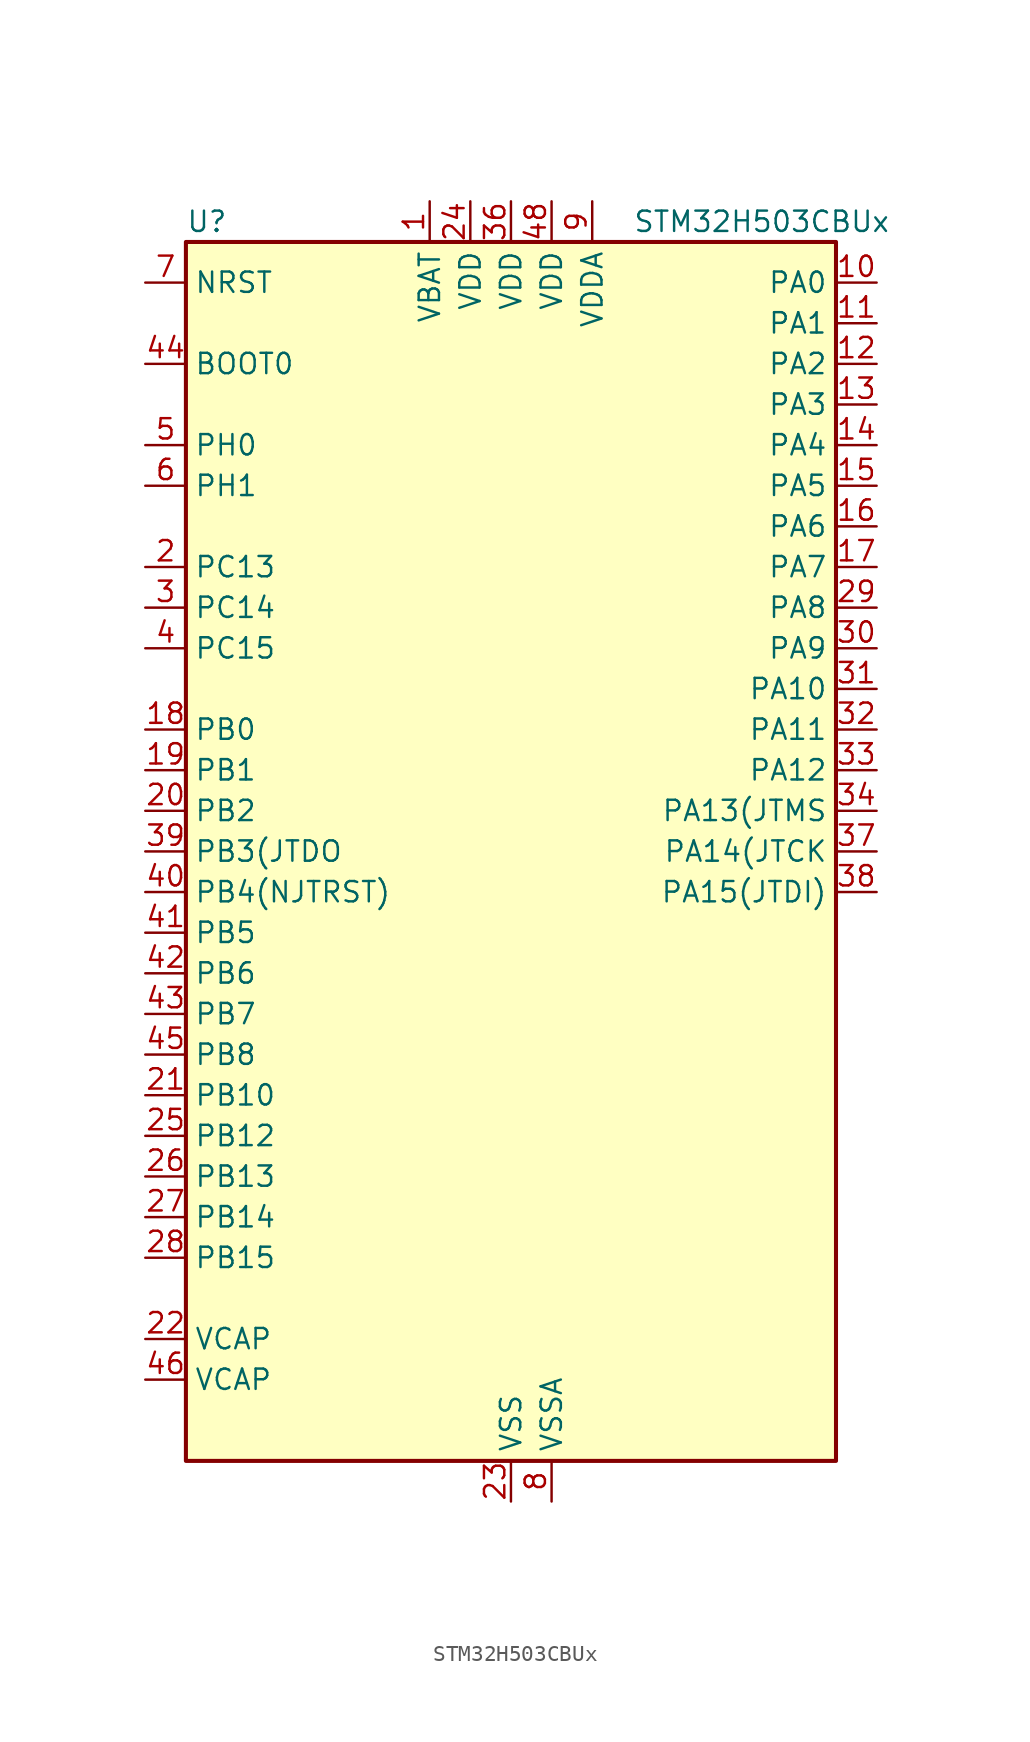
<source format=kicad_sym>
(kicad_symbol_lib
  (version 20231120)
  (generator "kicad-library-utils")
  (generator_version "8.0")
  (symbol "STM32H503CBUx"
    (property "Reference" "U"
      (at -20.32 39.37 0)
      (effects (font (size 1.27 1.27)) (justify left)))
    (property "Value" "STM32H503CBUx"
      (at 7.62 39.37 0)
      (effects (font (size 1.27 1.27)) (justify left)))
    (symbol "STM32H503CBUx_0_1"
      (rectangle (start -20.32 -38.1) (end 20.32 38.1) (stroke (width 0.254) (type default)) (fill (type background))))
    (symbol "STM32H503CBUx_1_1"
      (pin power_in line (at -5.08 40.64 270) (length 2.54) (name "VBAT" (effects (font (size 1.27 1.27)))) (number "1" (effects (font (size 1.27 1.27)))))
      (pin bidirectional line (at 22.86 35.56 180) (length 2.54) (name "PA0" (effects (font (size 1.27 1.27)))) (number "10" (effects (font (size 1.27 1.27)))) (alternate "ADC1_INN1" bidirectional line) (alternate "ADC1_INP0" bidirectional line) (alternate "COMP1_INP" bidirectional line) (alternate "I2S1_SDI" bidirectional line) (alternate "I2S2_MCK" bidirectional line) (alternate "I2S3_WS" bidirectional line) (alternate "LPTIM1_ETR" bidirectional line) (alternate "LPTIM1_IN2" bidirectional line) (alternate "LPTIM2_ETR" bidirectional line) (alternate "OPAMP1_VINP" bidirectional line) (alternate "PWR_WKUP1" bidirectional line) (alternate "RTC_OUT2" bidirectional line) (alternate "SPI1_MISO" bidirectional line) (alternate "SPI3_NSS" bidirectional line) (alternate "SPI3_RDY" bidirectional line) (alternate "TAMP_IN2" bidirectional line) (alternate "TAMP_OUT1" bidirectional line) (alternate "TIM2_CH1" bidirectional line) (alternate "TIM2_ETR" bidirectional line) (alternate "TIM3_CH1" bidirectional line) (alternate "USART1_CTS" bidirectional line) (alternate "USART1_NSS" bidirectional line) (alternate "USART2_CTS" bidirectional line) (alternate "USART2_NSS" bidirectional line) (alternate "USART3_CK" bidirectional line) (alternate "USART3_CTS" bidirectional line) (alternate "USART3_NSS" bidirectional line))
      (pin bidirectional line (at 22.86 33.02 180) (length 2.54) (name "PA1" (effects (font (size 1.27 1.27)))) (number "11" (effects (font (size 1.27 1.27)))) (alternate "ADC1_INP1" bidirectional line) (alternate "I2S1_WS" bidirectional line) (alternate "I2S3_CK" bidirectional line) (alternate "LPTIM1_IN1" bidirectional line) (alternate "SPI1_NSS" bidirectional line) (alternate "SPI2_RDY" bidirectional line) (alternate "SPI3_SCK" bidirectional line) (alternate "TIM1_CH3" bidirectional line) (alternate "TIM2_CH2" bidirectional line) (alternate "USART1_RX" bidirectional line) (alternate "USART2_CK" bidirectional line) (alternate "USART2_RTS" bidirectional line))
      (pin bidirectional line (at 22.86 30.48 180) (length 2.54) (name "PA2" (effects (font (size 1.27 1.27)))) (number "12" (effects (font (size 1.27 1.27)))) (alternate "ADC1_INP14" bidirectional line) (alternate "I2S1_CK" bidirectional line) (alternate "I2S3_SDI" bidirectional line) (alternate "LPTIM1_IN2" bidirectional line) (alternate "LPUART1_RX" bidirectional line) (alternate "PWR_WKUP2" bidirectional line) (alternate "SPI1_SCK" bidirectional line) (alternate "SPI3_MISO" bidirectional line) (alternate "TIM1_CH4" bidirectional line) (alternate "TIM2_CH3" bidirectional line) (alternate "TIM3_ETR" bidirectional line) (alternate "USART1_TX" bidirectional line) (alternate "USART2_TX" bidirectional line))
      (pin bidirectional line (at 22.86 27.94 180) (length 2.54) (name "PA3" (effects (font (size 1.27 1.27)))) (number "13" (effects (font (size 1.27 1.27)))) (alternate "ADC1_INP15" bidirectional line) (alternate "I2S1_SDI" bidirectional line) (alternate "I2S2_WS" bidirectional line) (alternate "I2S3_SDO" bidirectional line) (alternate "LPUART1_TX" bidirectional line) (alternate "SPI1_MISO" bidirectional line) (alternate "SPI2_NSS" bidirectional line) (alternate "SPI3_MOSI" bidirectional line) (alternate "TIM1_CH1N" bidirectional line) (alternate "TIM2_CH4" bidirectional line) (alternate "USART1_CK" bidirectional line) (alternate "USART2_RX" bidirectional line) (alternate "USART3_RX" bidirectional line))
      (pin bidirectional line (at 22.86 25.4 180) (length 2.54) (name "PA4" (effects (font (size 1.27 1.27)))) (number "14" (effects (font (size 1.27 1.27)))) (alternate "ADC1_INP18" bidirectional line) (alternate "DAC1_OUT1" bidirectional line) (alternate "I2S1_SDO" bidirectional line) (alternate "I2S1_WS" bidirectional line) (alternate "I2S3_SDI" bidirectional line) (alternate "I2S3_WS" bidirectional line) (alternate "LPTIM2_CH1" bidirectional line) (alternate "SPI1_MOSI" bidirectional line) (alternate "SPI1_NSS" bidirectional line) (alternate "SPI3_MISO" bidirectional line) (alternate "SPI3_NSS" bidirectional line) (alternate "TIM1_BKIN" bidirectional line) (alternate "TIM1_CH2N" bidirectional line) (alternate "USART1_RTS" bidirectional line) (alternate "USART2_CK" bidirectional line) (alternate "USART3_TX" bidirectional line))
      (pin bidirectional line (at 22.86 22.86 180) (length 2.54) (name "PA5" (effects (font (size 1.27 1.27)))) (number "15" (effects (font (size 1.27 1.27)))) (alternate "ADC1_INN18" bidirectional line) (alternate "ADC1_INP19" bidirectional line) (alternate "COMP1_INM" bidirectional line) (alternate "DAC1_OUT2" bidirectional line) (alternate "I2S1_CK" bidirectional line) (alternate "I2S1_MCK" bidirectional line) (alternate "I2S2_CK" bidirectional line) (alternate "I2S3_SDO" bidirectional line) (alternate "LPTIM1_CH1" bidirectional line) (alternate "LPTIM1_ETR" bidirectional line) (alternate "LPTIM2_CH2" bidirectional line) (alternate "LPUART1_RTS" bidirectional line) (alternate "PWR_CSTOP" bidirectional line) (alternate "SPI1_SCK" bidirectional line) (alternate "SPI2_SCK" bidirectional line) (alternate "SPI3_MOSI" bidirectional line) (alternate "TIM2_CH1" bidirectional line) (alternate "TIM2_ETR" bidirectional line) (alternate "USART2_CTS" bidirectional line) (alternate "USART2_NSS" bidirectional line) (alternate "USART2_TX" bidirectional line) (alternate "USART3_RX" bidirectional line))
      (pin bidirectional line (at 22.86 20.32 180) (length 2.54) (name "PA6" (effects (font (size 1.27 1.27)))) (number "16" (effects (font (size 1.27 1.27)))) (alternate "ADC1_INP3" bidirectional line) (alternate "I2S1_SDI" bidirectional line) (alternate "SPI1_MISO" bidirectional line) (alternate "TIM1_BKIN" bidirectional line) (alternate "TIM3_CH1" bidirectional line))
      (pin bidirectional line (at 22.86 17.78 180) (length 2.54) (name "PA7" (effects (font (size 1.27 1.27)))) (number "17" (effects (font (size 1.27 1.27)))) (alternate "ADC1_INN3" bidirectional line) (alternate "ADC1_INP7" bidirectional line) (alternate "AUDIOCLK" bidirectional line) (alternate "I2S1_MCK" bidirectional line) (alternate "I2S1_SDO" bidirectional line) (alternate "I2S2_MCK" bidirectional line) (alternate "I2S2_SDI" bidirectional line) (alternate "I2S3_MCK" bidirectional line) (alternate "LPTIM2_ETR" bidirectional line) (alternate "OPAMP1_VOUT" bidirectional line) (alternate "PWR_CSLEEP" bidirectional line) (alternate "SPI1_MOSI" bidirectional line) (alternate "SPI2_MISO" bidirectional line) (alternate "TIM1_CH1N" bidirectional line) (alternate "TIM2_CH3" bidirectional line) (alternate "TIM3_CH2" bidirectional line) (alternate "USART1_RTS" bidirectional line) (alternate "USART3_CK" bidirectional line) (alternate "USART3_RTS" bidirectional line))
      (pin bidirectional line (at -22.86 7.62 0) (length 2.54) (name "PB0" (effects (font (size 1.27 1.27)))) (number "18" (effects (font (size 1.27 1.27)))) (alternate "ADC1_INN5" bidirectional line) (alternate "ADC1_INP9" bidirectional line) (alternate "COMP1_INP" bidirectional line) (alternate "LPTIM1_IN1" bidirectional line) (alternate "OPAMP1_VINP" bidirectional line) (alternate "TIM1_CH2N" bidirectional line) (alternate "TIM1_ETR" bidirectional line) (alternate "TIM3_CH3" bidirectional line) (alternate "USART2_TX" bidirectional line))
      (pin bidirectional line (at -22.86 5.08 0) (length 2.54) (name "PB1" (effects (font (size 1.27 1.27)))) (number "19" (effects (font (size 1.27 1.27)))) (alternate "ADC1_INP5" bidirectional line) (alternate "COMP1_INM" bidirectional line) (alternate "COMP1_OUT" bidirectional line) (alternate "I2S2_SDO" bidirectional line) (alternate "LPTIM1_IN2" bidirectional line) (alternate "LPTIM2_ETR" bidirectional line) (alternate "OPAMP1_VINM" bidirectional line) (alternate "OPAMP1_VINM1" bidirectional line) (alternate "SPI2_MOSI" bidirectional line) (alternate "TIM1_CH1" bidirectional line) (alternate "TIM1_CH3N" bidirectional line) (alternate "TIM3_CH4" bidirectional line) (alternate "USART2_RX" bidirectional line))
      (pin bidirectional line (at -22.86 17.78 0) (length 2.54) (name "PC13" (effects (font (size 1.27 1.27)))) (number "2" (effects (font (size 1.27 1.27)))) (alternate "PWR_WKUP4" bidirectional line) (alternate "RTC_OUT1" bidirectional line) (alternate "RTC_TS" bidirectional line) (alternate "TAMP_IN1" bidirectional line) (alternate "TAMP_OUT2" bidirectional line))
      (pin bidirectional line (at -22.86 2.54 0) (length 2.54) (name "PB2" (effects (font (size 1.27 1.27)))) (number "20" (effects (font (size 1.27 1.27)))) (alternate "COMP1_INP" bidirectional line) (alternate "I2S2_CK" bidirectional line) (alternate "I2S3_SDO" bidirectional line) (alternate "LPTIM1_CH1" bidirectional line) (alternate "LPTIM1_CH2" bidirectional line) (alternate "RCC_LSCO" bidirectional line) (alternate "RTC_OUT2" bidirectional line) (alternate "SPI1_RDY" bidirectional line) (alternate "SPI2_SCK" bidirectional line) (alternate "SPI3_MOSI" bidirectional line) (alternate "TIM1_CH2N" bidirectional line) (alternate "TIM2_CH1" bidirectional line) (alternate "USART2_CK" bidirectional line))
      (pin bidirectional line (at -22.86 -15.24 0) (length 2.54) (name "PB10" (effects (font (size 1.27 1.27)))) (number "21" (effects (font (size 1.27 1.27)))) (alternate "FDCAN1_TX" bidirectional line) (alternate "I2C1_SDA" bidirectional line) (alternate "I2C2_SCL" bidirectional line) (alternate "I2S2_CK" bidirectional line) (alternate "I2S3_WS" bidirectional line) (alternate "I3C1_SDA" bidirectional line) (alternate "I3C2_SCL" bidirectional line) (alternate "LPTIM2_CH2" bidirectional line) (alternate "LPTIM2_IN1" bidirectional line) (alternate "SPI2_SCK" bidirectional line) (alternate "SPI3_NSS" bidirectional line) (alternate "TIM2_CH3" bidirectional line) (alternate "USART3_CK" bidirectional line) (alternate "USART3_TX" bidirectional line))
      (pin power_out line (at -22.86 -30.48 0) (length 2.54) (name "VCAP" (effects (font (size 1.27 1.27)))) (number "22" (effects (font (size 1.27 1.27)))))
      (pin power_in line (at 0 -40.64 90) (length 2.54) (name "VSS" (effects (font (size 1.27 1.27)))) (number "23" (effects (font (size 1.27 1.27)))))
      (pin power_in line (at -2.54 40.64 270) (length 2.54) (name "VDD" (effects (font (size 1.27 1.27)))) (number "24" (effects (font (size 1.27 1.27)))))
      (pin bidirectional line (at -22.86 -17.78 0) (length 2.54) (name "PB12" (effects (font (size 1.27 1.27)))) (number "25" (effects (font (size 1.27 1.27)))) (alternate "FDCAN1_RX" bidirectional line) (alternate "I2C2_SMBA" bidirectional line) (alternate "I2S2_WS" bidirectional line) (alternate "SPI2_NSS" bidirectional line) (alternate "TIM1_BKIN" bidirectional line) (alternate "USART1_CK" bidirectional line) (alternate "USART3_CK" bidirectional line))
      (pin bidirectional line (at -22.86 -20.32 0) (length 2.54) (name "PB13" (effects (font (size 1.27 1.27)))) (number "26" (effects (font (size 1.27 1.27)))) (alternate "FDCAN1_TX" bidirectional line) (alternate "I2C1_SMBA" bidirectional line) (alternate "I2C2_SDA" bidirectional line) (alternate "I2S2_CK" bidirectional line) (alternate "I3C2_SDA" bidirectional line) (alternate "LPTIM2_CH1" bidirectional line) (alternate "LPUART1_CTS" bidirectional line) (alternate "SPI2_SCK" bidirectional line) (alternate "TIM1_CH1N" bidirectional line) (alternate "USART3_CTS" bidirectional line) (alternate "USART3_NSS" bidirectional line))
      (pin bidirectional line (at -22.86 -22.86 0) (length 2.54) (name "PB14" (effects (font (size 1.27 1.27)))) (number "27" (effects (font (size 1.27 1.27)))) (alternate "I2S2_SDI" bidirectional line) (alternate "LPTIM1_ETR" bidirectional line) (alternate "LPUART1_RTS" bidirectional line) (alternate "SPI2_MISO" bidirectional line) (alternate "TIM1_CH2N" bidirectional line) (alternate "USART1_TX" bidirectional line) (alternate "USART3_RTS" bidirectional line))
      (pin bidirectional line (at -22.86 -25.4 0) (length 2.54) (name "PB15" (effects (font (size 1.27 1.27)))) (number "28" (effects (font (size 1.27 1.27)))) (alternate "ADC1_EXTI15" bidirectional line) (alternate "COMP1_OUT" bidirectional line) (alternate "FDCAN1_TX" bidirectional line) (alternate "I2S2_SDO" bidirectional line) (alternate "I2S3_MCK" bidirectional line) (alternate "I2S3_SDI" bidirectional line) (alternate "LPTIM1_CH1" bidirectional line) (alternate "LPTIM2_IN2" bidirectional line) (alternate "LPUART1_RX" bidirectional line) (alternate "PWR_PVD_IN" bidirectional line) (alternate "RTC_REFIN" bidirectional line) (alternate "SPI2_MOSI" bidirectional line) (alternate "SPI3_MISO" bidirectional line) (alternate "TIM1_CH3N" bidirectional line) (alternate "TIM3_CH4" bidirectional line) (alternate "USART1_RX" bidirectional line) (alternate "USART2_RTS" bidirectional line) (alternate "USART2_RX" bidirectional line) (alternate "USART3_CTS" bidirectional line) (alternate "USART3_NSS" bidirectional line))
      (pin bidirectional line (at 22.86 15.24 180) (length 2.54) (name "PA8" (effects (font (size 1.27 1.27)))) (number "29" (effects (font (size 1.27 1.27)))) (alternate "FDCAN1_RX" bidirectional line) (alternate "I2S1_CK" bidirectional line) (alternate "I2S2_SDO" bidirectional line) (alternate "I2S2_WS" bidirectional line) (alternate "LPTIM2_IN1" bidirectional line) (alternate "LPUART1_CTS" bidirectional line) (alternate "RCC_MCO_1" bidirectional line) (alternate "SPI1_RDY" bidirectional line) (alternate "SPI1_SCK" bidirectional line) (alternate "SPI2_MOSI" bidirectional line) (alternate "SPI2_NSS" bidirectional line) (alternate "TIM1_CH1" bidirectional line) (alternate "TIM1_CH4N" bidirectional line) (alternate "TIM3_CH3" bidirectional line) (alternate "USART1_CK" bidirectional line) (alternate "USART2_TX" bidirectional line) (alternate "USART3_TX" bidirectional line) (alternate "USB_SOF" bidirectional line))
      (pin bidirectional line (at -22.86 15.24 0) (length 2.54) (name "PC14" (effects (font (size 1.27 1.27)))) (number "3" (effects (font (size 1.27 1.27)))) (alternate "RCC_OSC32_IN" bidirectional line))
      (pin bidirectional line (at 22.86 12.7 180) (length 2.54) (name "PA9" (effects (font (size 1.27 1.27)))) (number "30" (effects (font (size 1.27 1.27)))) (alternate "DAC1_EXTI9" bidirectional line) (alternate "DEBUG_TRACED2" bidirectional line) (alternate "I2S1_SDI" bidirectional line) (alternate "I2S2_CK" bidirectional line) (alternate "I2S3_SDO" bidirectional line) (alternate "LPUART1_TX" bidirectional line) (alternate "SPI1_MISO" bidirectional line) (alternate "SPI2_SCK" bidirectional line) (alternate "SPI3_MOSI" bidirectional line) (alternate "TIM1_CH2" bidirectional line) (alternate "USART1_TX" bidirectional line) (alternate "USART3_CK" bidirectional line))
      (pin bidirectional line (at 22.86 10.16 180) (length 2.54) (name "PA10" (effects (font (size 1.27 1.27)))) (number "31" (effects (font (size 1.27 1.27)))) (alternate "LPTIM2_IN2" bidirectional line) (alternate "LPUART1_RX" bidirectional line) (alternate "TIM1_CH3" bidirectional line) (alternate "USART1_RX" bidirectional line))
      (pin bidirectional line (at 22.86 7.62 180) (length 2.54) (name "PA11" (effects (font (size 1.27 1.27)))) (number "32" (effects (font (size 1.27 1.27)))) (alternate "ADC1_EXTI11" bidirectional line) (alternate "DEBUG_TRGIO" bidirectional line) (alternate "FDCAN1_RX" bidirectional line) (alternate "I2S2_WS" bidirectional line) (alternate "LPTIM2_CH2" bidirectional line) (alternate "LPUART1_CTS" bidirectional line) (alternate "SPI2_NSS" bidirectional line) (alternate "SPI3_RDY" bidirectional line) (alternate "TIM1_CH4" bidirectional line) (alternate "TIM3_CH2" bidirectional line) (alternate "USART1_CTS" bidirectional line) (alternate "USART1_NSS" bidirectional line) (alternate "USART1_RX" bidirectional line) (alternate "USART2_RX" bidirectional line) (alternate "USART3_RTS" bidirectional line) (alternate "USB_DM" bidirectional line))
      (pin bidirectional line (at 22.86 5.08 180) (length 2.54) (name "PA12" (effects (font (size 1.27 1.27)))) (number "33" (effects (font (size 1.27 1.27)))) (alternate "DEBUG_TRACED3" bidirectional line) (alternate "FDCAN1_TX" bidirectional line) (alternate "I2S2_CK" bidirectional line) (alternate "LPUART1_RTS" bidirectional line) (alternate "SPI2_RDY" bidirectional line) (alternate "SPI2_SCK" bidirectional line) (alternate "TIM1_ETR" bidirectional line) (alternate "TIM2_CH4" bidirectional line) (alternate "TIM3_CH4" bidirectional line) (alternate "USART1_RTS" bidirectional line) (alternate "USART1_TX" bidirectional line) (alternate "USART2_TX" bidirectional line) (alternate "USART3_RX" bidirectional line) (alternate "USB_DP" bidirectional line))
      (pin bidirectional line (at 22.86 2.54 180) (length 2.54) (name "PA13(JTMS" (effects (font (size 1.27 1.27)))) (number "34" (effects (font (size 1.27 1.27)))) (alternate "COMP1_OUT" bidirectional line) (alternate "DEBUG_JTMS-SWDIO" bidirectional line) (alternate "LPTIM1_CH1" bidirectional line) (alternate "LPUART1_CTS" bidirectional line) (alternate "TIM1_CH1" bidirectional line) (alternate "TIM1_ETR" bidirectional line) (alternate "USART1_RX" bidirectional line) (alternate "USART2_RX" bidirectional line))
      (pin passive line (at 0 -40.64 90) (length 2.54) hide (name "VSS" (effects (font (size 1.27 1.27)))) (number "35" (effects (font (size 1.27 1.27)))))
      (pin power_in line (at 0 40.64 270) (length 2.54) (name "VDD" (effects (font (size 1.27 1.27)))) (number "36" (effects (font (size 1.27 1.27)))))
      (pin bidirectional line (at 22.86 0 180) (length 2.54) (name "PA14(JTCK" (effects (font (size 1.27 1.27)))) (number "37" (effects (font (size 1.27 1.27)))) (alternate "DEBUG_JTCK-SWCLK" bidirectional line) (alternate "LPTIM1_ETR" bidirectional line) (alternate "LPTIM2_CH1" bidirectional line) (alternate "LPUART1_RTS" bidirectional line) (alternate "TIM1_CH2" bidirectional line) (alternate "TIM1_CH4N" bidirectional line) (alternate "TIM3_CH1" bidirectional line) (alternate "USART1_TX" bidirectional line) (alternate "USART2_TX" bidirectional line))
      (pin bidirectional line (at 22.86 -2.54 180) (length 2.54) (name "PA15(JTDI)" (effects (font (size 1.27 1.27)))) (number "38" (effects (font (size 1.27 1.27)))) (alternate "ADC1_EXTI15" bidirectional line) (alternate "DEBUG_JTDI" bidirectional line) (alternate "I2S1_WS" bidirectional line) (alternate "I2S2_SDI" bidirectional line) (alternate "I2S3_CK" bidirectional line) (alternate "I2S3_WS" bidirectional line) (alternate "LPTIM1_IN2" bidirectional line) (alternate "LPTIM2_CH1" bidirectional line) (alternate "SPI1_NSS" bidirectional line) (alternate "SPI2_MISO" bidirectional line) (alternate "SPI3_NSS" bidirectional line) (alternate "SPI3_SCK" bidirectional line) (alternate "TIM2_CH1" bidirectional line) (alternate "TIM2_ETR" bidirectional line) (alternate "USART1_CTS" bidirectional line) (alternate "USART1_NSS" bidirectional line) (alternate "USART2_CK" bidirectional line) (alternate "USART2_RTS" bidirectional line) (alternate "USART2_RX" bidirectional line) (alternate "USART3_RX" bidirectional line))
      (pin bidirectional line (at -22.86 0 0) (length 2.54) (name "PB3(JTDO" (effects (font (size 1.27 1.27)))) (number "39" (effects (font (size 1.27 1.27)))) (alternate "CRS_SYNC" bidirectional line) (alternate "DEBUG_JTDO-SWO" bidirectional line) (alternate "FDCAN1_RX" bidirectional line) (alternate "I2C1_SMBA" bidirectional line) (alternate "I2C2_SCL" bidirectional line) (alternate "I2C2_SDA" bidirectional line) (alternate "I2S1_CK" bidirectional line) (alternate "I2S2_MCK" bidirectional line) (alternate "I2S3_CK" bidirectional line) (alternate "I3C2_SCL" bidirectional line) (alternate "LPTIM1_CH1" bidirectional line) (alternate "SPI1_SCK" bidirectional line) (alternate "SPI3_SCK" bidirectional line) (alternate "TIM1_BKIN" bidirectional line) (alternate "TIM2_CH2" bidirectional line) (alternate "USART3_TX" bidirectional line))
      (pin bidirectional line (at -22.86 12.7 0) (length 2.54) (name "PC15" (effects (font (size 1.27 1.27)))) (number "4" (effects (font (size 1.27 1.27)))) (alternate "ADC1_EXTI15" bidirectional line) (alternate "RCC_OSC32_OUT" bidirectional line))
      (pin bidirectional line (at -22.86 -2.54 0) (length 2.54) (name "PB4(NJTRST)" (effects (font (size 1.27 1.27)))) (number "40" (effects (font (size 1.27 1.27)))) (alternate "DEBUG_JTRST" bidirectional line) (alternate "FDCAN1_TX" bidirectional line) (alternate "I2C1_SMBA" bidirectional line) (alternate "I2C2_SDA" bidirectional line) (alternate "I2S1_SDI" bidirectional line) (alternate "I2S2_WS" bidirectional line) (alternate "I2S3_SDI" bidirectional line) (alternate "I3C2_SDA" bidirectional line) (alternate "LPTIM1_CH2" bidirectional line) (alternate "SPI1_MISO" bidirectional line) (alternate "SPI2_NSS" bidirectional line) (alternate "SPI3_MISO" bidirectional line) (alternate "TIM1_CH2" bidirectional line) (alternate "TIM1_CH4N" bidirectional line) (alternate "TIM3_CH1" bidirectional line) (alternate "USART2_TX" bidirectional line))
      (pin bidirectional line (at -22.86 -5.08 0) (length 2.54) (name "PB5" (effects (font (size 1.27 1.27)))) (number "41" (effects (font (size 1.27 1.27)))) (alternate "DEBUG_TRACECLK" bidirectional line) (alternate "FDCAN1_RX" bidirectional line) (alternate "I2C1_SDA" bidirectional line) (alternate "I2C1_SMBA" bidirectional line) (alternate "I2C2_SCL" bidirectional line) (alternate "I2S1_SDO" bidirectional line) (alternate "I2S2_SDI" bidirectional line) (alternate "I2S3_SDO" bidirectional line) (alternate "I3C1_SDA" bidirectional line) (alternate "I3C2_SCL" bidirectional line) (alternate "LPTIM1_IN1" bidirectional line) (alternate "SPI1_MOSI" bidirectional line) (alternate "SPI2_MISO" bidirectional line) (alternate "SPI3_MOSI" bidirectional line) (alternate "TIM1_CH3" bidirectional line) (alternate "TIM3_CH2" bidirectional line) (alternate "USART2_RX" bidirectional line))
      (pin bidirectional line (at -22.86 -7.62 0) (length 2.54) (name "PB6" (effects (font (size 1.27 1.27)))) (number "42" (effects (font (size 1.27 1.27)))) (alternate "DEBUG_TRACED0" bidirectional line) (alternate "FDCAN1_TX" bidirectional line) (alternate "I2C1_SCL" bidirectional line) (alternate "I2S1_MCK" bidirectional line) (alternate "I3C1_SCL" bidirectional line) (alternate "LPUART1_TX" bidirectional line) (alternate "SPI3_RDY" bidirectional line) (alternate "TIM1_CH2" bidirectional line) (alternate "TIM1_CH3N" bidirectional line) (alternate "TIM3_CH3" bidirectional line) (alternate "USART1_TX" bidirectional line) (alternate "USART2_CK" bidirectional line) (alternate "USART2_CTS" bidirectional line) (alternate "USART2_NSS" bidirectional line))
      (pin bidirectional line (at -22.86 -10.16 0) (length 2.54) (name "PB7" (effects (font (size 1.27 1.27)))) (number "43" (effects (font (size 1.27 1.27)))) (alternate "AUDIOCLK" bidirectional line) (alternate "DEBUG_TRACED1" bidirectional line) (alternate "FDCAN1_TX" bidirectional line) (alternate "I2C1_SDA" bidirectional line) (alternate "I2C2_SMBA" bidirectional line) (alternate "I2S3_CK" bidirectional line) (alternate "I2S3_MCK" bidirectional line) (alternate "I3C1_SDA" bidirectional line) (alternate "LPUART1_RX" bidirectional line) (alternate "PWR_WKUP5" bidirectional line) (alternate "SPI3_SCK" bidirectional line) (alternate "TIM1_CH1" bidirectional line) (alternate "TIM1_CH2N" bidirectional line) (alternate "TIM3_ETR" bidirectional line) (alternate "USART1_RX" bidirectional line) (alternate "USART3_TX" bidirectional line))
      (pin input line (at -22.86 30.48 0) (length 2.54) (name "BOOT0" (effects (font (size 1.27 1.27)))) (number "44" (effects (font (size 1.27 1.27)))))
      (pin bidirectional line (at -22.86 -12.7 0) (length 2.54) (name "PB8" (effects (font (size 1.27 1.27)))) (number "45" (effects (font (size 1.27 1.27)))) (alternate "DEBUG_TRACED2" bidirectional line) (alternate "FDCAN1_RX" bidirectional line) (alternate "I2C1_SCL" bidirectional line) (alternate "I2C2_SDA" bidirectional line) (alternate "I2C2_SMBA" bidirectional line) (alternate "I2S1_WS" bidirectional line) (alternate "I2S2_MCK" bidirectional line) (alternate "I3C1_SCL" bidirectional line) (alternate "I3C2_SDA" bidirectional line) (alternate "LPTIM1_CH2" bidirectional line) (alternate "LPTIM2_CH1" bidirectional line) (alternate "SPI1_NSS" bidirectional line) (alternate "SPI2_RDY" bidirectional line) (alternate "TIM1_BKIN2" bidirectional line) (alternate "USART1_CK" bidirectional line) (alternate "USART3_RX" bidirectional line))
      (pin power_out line (at -22.86 -33.02 0) (length 2.54) (name "VCAP" (effects (font (size 1.27 1.27)))) (number "46" (effects (font (size 1.27 1.27)))))
      (pin passive line (at 0 -40.64 90) (length 2.54) hide (name "VSS" (effects (font (size 1.27 1.27)))) (number "47" (effects (font (size 1.27 1.27)))))
      (pin power_in line (at 2.54 40.64 270) (length 2.54) (name "VDD" (effects (font (size 1.27 1.27)))) (number "48" (effects (font (size 1.27 1.27)))))
      (pin passive line (at 0 -40.64 90) (length 2.54) hide (name "VSS" (effects (font (size 1.27 1.27)))) (number "49" (effects (font (size 1.27 1.27)))))
      (pin bidirectional line (at -22.86 25.4 0) (length 2.54) (name "PH0" (effects (font (size 1.27 1.27)))) (number "5" (effects (font (size 1.27 1.27)))) (alternate "RCC_OSC_IN" bidirectional line))
      (pin bidirectional line (at -22.86 22.86 0) (length 2.54) (name "PH1" (effects (font (size 1.27 1.27)))) (number "6" (effects (font (size 1.27 1.27)))) (alternate "RCC_OSC_OUT" bidirectional line))
      (pin input line (at -22.86 35.56 0) (length 2.54) (name "NRST" (effects (font (size 1.27 1.27)))) (number "7" (effects (font (size 1.27 1.27)))))
      (pin power_in line (at 2.54 -40.64 90) (length 2.54) (name "VSSA" (effects (font (size 1.27 1.27)))) (number "8" (effects (font (size 1.27 1.27)))))
      (pin power_in line (at 5.08 40.64 270) (length 2.54) (name "VDDA" (effects (font (size 1.27 1.27)))) (number "9" (effects (font (size 1.27 1.27))))))))
</source>
